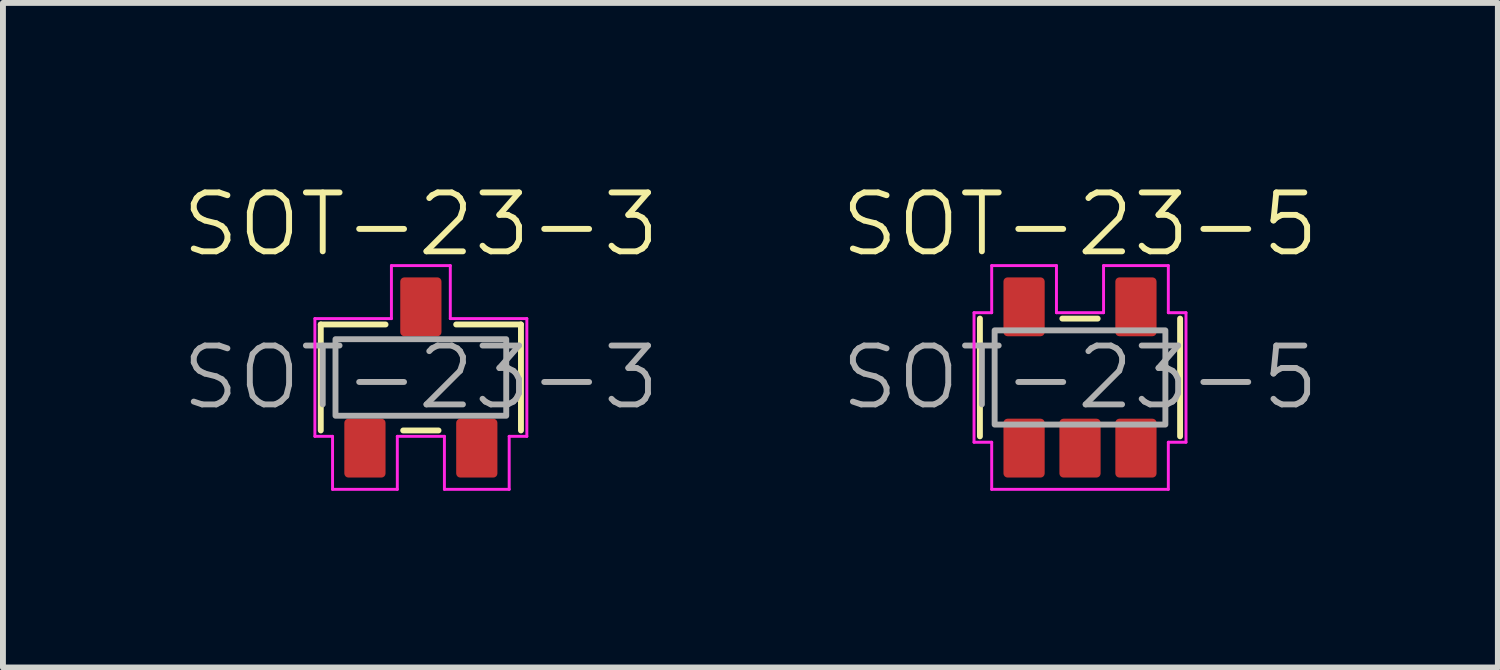
<source format=kicad_pcb>
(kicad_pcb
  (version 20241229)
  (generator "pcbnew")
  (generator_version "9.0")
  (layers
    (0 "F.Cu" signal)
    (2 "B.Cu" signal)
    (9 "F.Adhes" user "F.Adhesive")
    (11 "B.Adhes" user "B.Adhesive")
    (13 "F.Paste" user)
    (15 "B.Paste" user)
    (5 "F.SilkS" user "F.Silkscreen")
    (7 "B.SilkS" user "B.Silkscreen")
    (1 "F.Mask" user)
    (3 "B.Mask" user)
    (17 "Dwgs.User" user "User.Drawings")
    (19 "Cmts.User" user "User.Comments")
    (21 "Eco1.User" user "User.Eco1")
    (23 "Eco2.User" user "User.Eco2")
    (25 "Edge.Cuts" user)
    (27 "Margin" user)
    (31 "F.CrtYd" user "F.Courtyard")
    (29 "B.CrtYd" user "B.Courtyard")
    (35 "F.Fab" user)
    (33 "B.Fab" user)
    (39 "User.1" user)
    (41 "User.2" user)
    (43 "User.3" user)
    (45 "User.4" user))
  (footprint "SOT-23-3"
    (layer "F.Cu")
    (at 4.098 3.361)
    (property "Reference" "SOT-23-3" (at 0 -2.6 0) (unlocked yes) (layer "F.SilkS") (effects (font (size 1 1) (thickness 0.1))))
    (attr smd)
    (fp_line (start -1.7 -0.9) (end -1.7 0.9) (stroke (width 0.1) (type default)) (layer "F.SilkS"))
    (fp_line (start -0.6 -0.9) (end -1.7 -0.9) (stroke (width 0.1) (type default)) (layer "F.SilkS"))
    (fp_line (start -0.3 0.9) (end 0.3 0.9) (stroke (width 0.1) (type default)) (layer "F.SilkS"))
    (fp_line (start 0.6 -0.9) (end 1.7 -0.9) (stroke (width 0.1) (type default)) (layer "F.SilkS"))
    (fp_line (start 1.7 -0.9) (end 1.7 0.9) (stroke (width 0.1) (type default)) (layer "F.SilkS"))
    (fp_line (start -1.8 -1) (end -1.8 1) (stroke (width 0.05) (type default)) (layer "F.CrtYd"))
    (fp_line (start -1.5 1) (end -1.8 1) (stroke (width 0.05) (type default)) (layer "F.CrtYd"))
    (fp_line (start -1.5 1.9) (end -1.5 1) (stroke (width 0.05) (type default)) (layer "F.CrtYd"))
    (fp_line (start -1.5 1.9) (end -0.4 1.9) (stroke (width 0.05) (type default)) (layer "F.CrtYd"))
    (fp_line (start -0.5 -1.9) (end -0.5 -1) (stroke (width 0.05) (type default)) (layer "F.CrtYd"))
    (fp_line (start -0.5 -1) (end -1.8 -1) (stroke (width 0.05) (type default)) (layer "F.CrtYd"))
    (fp_line (start -0.4 1) (end 0.4 1) (stroke (width 0.05) (type default)) (layer "F.CrtYd"))
    (fp_line (start -0.4 1.9) (end -0.4 1) (stroke (width 0.05) (type default)) (layer "F.CrtYd"))
    (fp_line (start 0.4 1) (end 0.4 1.9) (stroke (width 0.05) (type default)) (layer "F.CrtYd"))
    (fp_line (start 0.4 1.9) (end 1.5 1.9) (stroke (width 0.05) (type default)) (layer "F.CrtYd"))
    (fp_line (start 0.5 -1.9) (end -0.5 -1.9) (stroke (width 0.05) (type default)) (layer "F.CrtYd"))
    (fp_line (start 0.5 -1) (end 0.5 -1.9) (stroke (width 0.05) (type default)) (layer "F.CrtYd"))
    (fp_line (start 1.5 1) (end 1.5 1.9) (stroke (width 0.05) (type default)) (layer "F.CrtYd"))
    (fp_line (start 1.8 -1) (end 0.5 -1) (stroke (width 0.05) (type default)) (layer "F.CrtYd"))
    (fp_line (start 1.8 1) (end 1.5 1) (stroke (width 0.05) (type default)) (layer "F.CrtYd"))
    (fp_line (start 1.8 1) (end 1.8 -1) (stroke (width 0.05) (type default)) (layer "F.CrtYd"))
    (fp_rect (start -1.45 -0.65) (end 1.45 0.65) (stroke (width 0.1) (type default)) (fill no) (layer "F.Fab"))
    (fp_text user "${REFERENCE}" (at 0 0 0) (unlocked yes) (layer "F.Fab") (effects (font (size 1 1) (thickness 0.1))))
    (pad "1" smd roundrect (at -0.95 1.2) (size 0.7 1) (layers "F.Cu" "F.Mask" "F.Paste") (roundrect_rratio 0.1))
    (pad "2" smd roundrect (at 0.95 1.2) (size 0.7 1) (layers "F.Cu" "F.Mask" "F.Paste") (roundrect_rratio 0.1))
    (pad "3" smd roundrect (at 0 -1.2) (size 0.7 1) (layers "F.Cu" "F.Mask" "F.Paste") (roundrect_rratio 0.1)))
  (footprint "SOT-23-5"
    (layer "F.Cu")
    (at 15.293 3.361)
    (property "Reference" "SOT-23-5" (at 0 -2.6 0) (unlocked yes) (layer "F.SilkS") (effects (font (size 1 1) (thickness 0.1))))
    (attr smd)
    (fp_line (start -1.7 -1) (end -1.7 1) (stroke (width 0.1) (type default)) (layer "F.SilkS"))
    (fp_line (start -0.3 -1) (end 0.3 -1) (stroke (width 0.1) (type default)) (layer "F.SilkS"))
    (fp_line (start 1.7 -1) (end 1.7 1) (stroke (width 0.1) (type default)) (layer "F.SilkS"))
    (fp_line (start -1.8 -1.1) (end -1.8 1.1) (stroke (width 0.05) (type default)) (layer "F.CrtYd"))
    (fp_line (start -1.8 1.1) (end -1.5 1.1) (stroke (width 0.05) (type default)) (layer "F.CrtYd"))
    (fp_line (start -1.5 -1.9) (end -1.5 -1.1) (stroke (width 0.05) (type default)) (layer "F.CrtYd"))
    (fp_line (start -1.5 -1.1) (end -1.8 -1.1) (stroke (width 0.05) (type default)) (layer "F.CrtYd"))
    (fp_line (start -1.5 1.1) (end -1.5 1.9) (stroke (width 0.05) (type default)) (layer "F.CrtYd"))
    (fp_line (start -1.5 1.9) (end 1.5 1.9) (stroke (width 0.05) (type default)) (layer "F.CrtYd"))
    (fp_line (start -0.4 -1.9) (end -1.5 -1.9) (stroke (width 0.05) (type default)) (layer "F.CrtYd"))
    (fp_line (start -0.4 -1.1) (end -0.4 -1.9) (stroke (width 0.05) (type default)) (layer "F.CrtYd"))
    (fp_line (start 0.4 -1.9) (end 0.4 -1.1) (stroke (width 0.05) (type default)) (layer "F.CrtYd"))
    (fp_line (start 0.4 -1.1) (end -0.4 -1.1) (stroke (width 0.05) (type default)) (layer "F.CrtYd"))
    (fp_line (start 1.5 -1.9) (end 0.4 -1.9) (stroke (width 0.05) (type default)) (layer "F.CrtYd"))
    (fp_line (start 1.5 -1.1) (end 1.5 -1.9) (stroke (width 0.05) (type default)) (layer "F.CrtYd"))
    (fp_line (start 1.5 1.1) (end 1.8 1.1) (stroke (width 0.05) (type default)) (layer "F.CrtYd"))
    (fp_line (start 1.5 1.9) (end 1.5 1.1) (stroke (width 0.05) (type default)) (layer "F.CrtYd"))
    (fp_line (start 1.8 -1.1) (end 1.5 -1.1) (stroke (width 0.05) (type default)) (layer "F.CrtYd"))
    (fp_line (start 1.8 1.1) (end 1.8 -1.1) (stroke (width 0.05) (type default)) (layer "F.CrtYd"))
    (fp_rect (start -1.45 -0.8) (end 1.45 0.8) (stroke (width 0.1) (type default)) (fill no) (layer "F.Fab"))
    (fp_text user "${REFERENCE}" (at 0 0 0) (unlocked yes) (layer "F.Fab") (effects (font (size 1 1) (thickness 0.1))))
    (pad "1" smd roundrect (at -0.95 1.2) (size 0.7 1) (layers "F.Cu" "F.Mask" "F.Paste") (roundrect_rratio 0.1))
    (pad "2" smd roundrect (at 0 1.2) (size 0.7 1) (layers "F.Cu" "F.Mask" "F.Paste") (roundrect_rratio 0.1))
    (pad "3" smd roundrect (at 0.95 1.2) (size 0.7 1) (layers "F.Cu" "F.Mask" "F.Paste") (roundrect_rratio 0.1))
    (pad "4" smd roundrect (at 0.95 -1.2) (size 0.7 1) (layers "F.Cu" "F.Mask" "F.Paste") (roundrect_rratio 0.1))
    (pad "5" smd roundrect (at -0.95 -1.2) (size 0.7 1) (layers "F.Cu" "F.Mask" "F.Paste") (roundrect_rratio 0.1)))
  (gr_rect
    (start -3 -3)
    (end 22.39 8.286)
    (stroke (width 0.1) (type default))
    (fill no)
    (layer "Edge.Cuts")))
</source>
